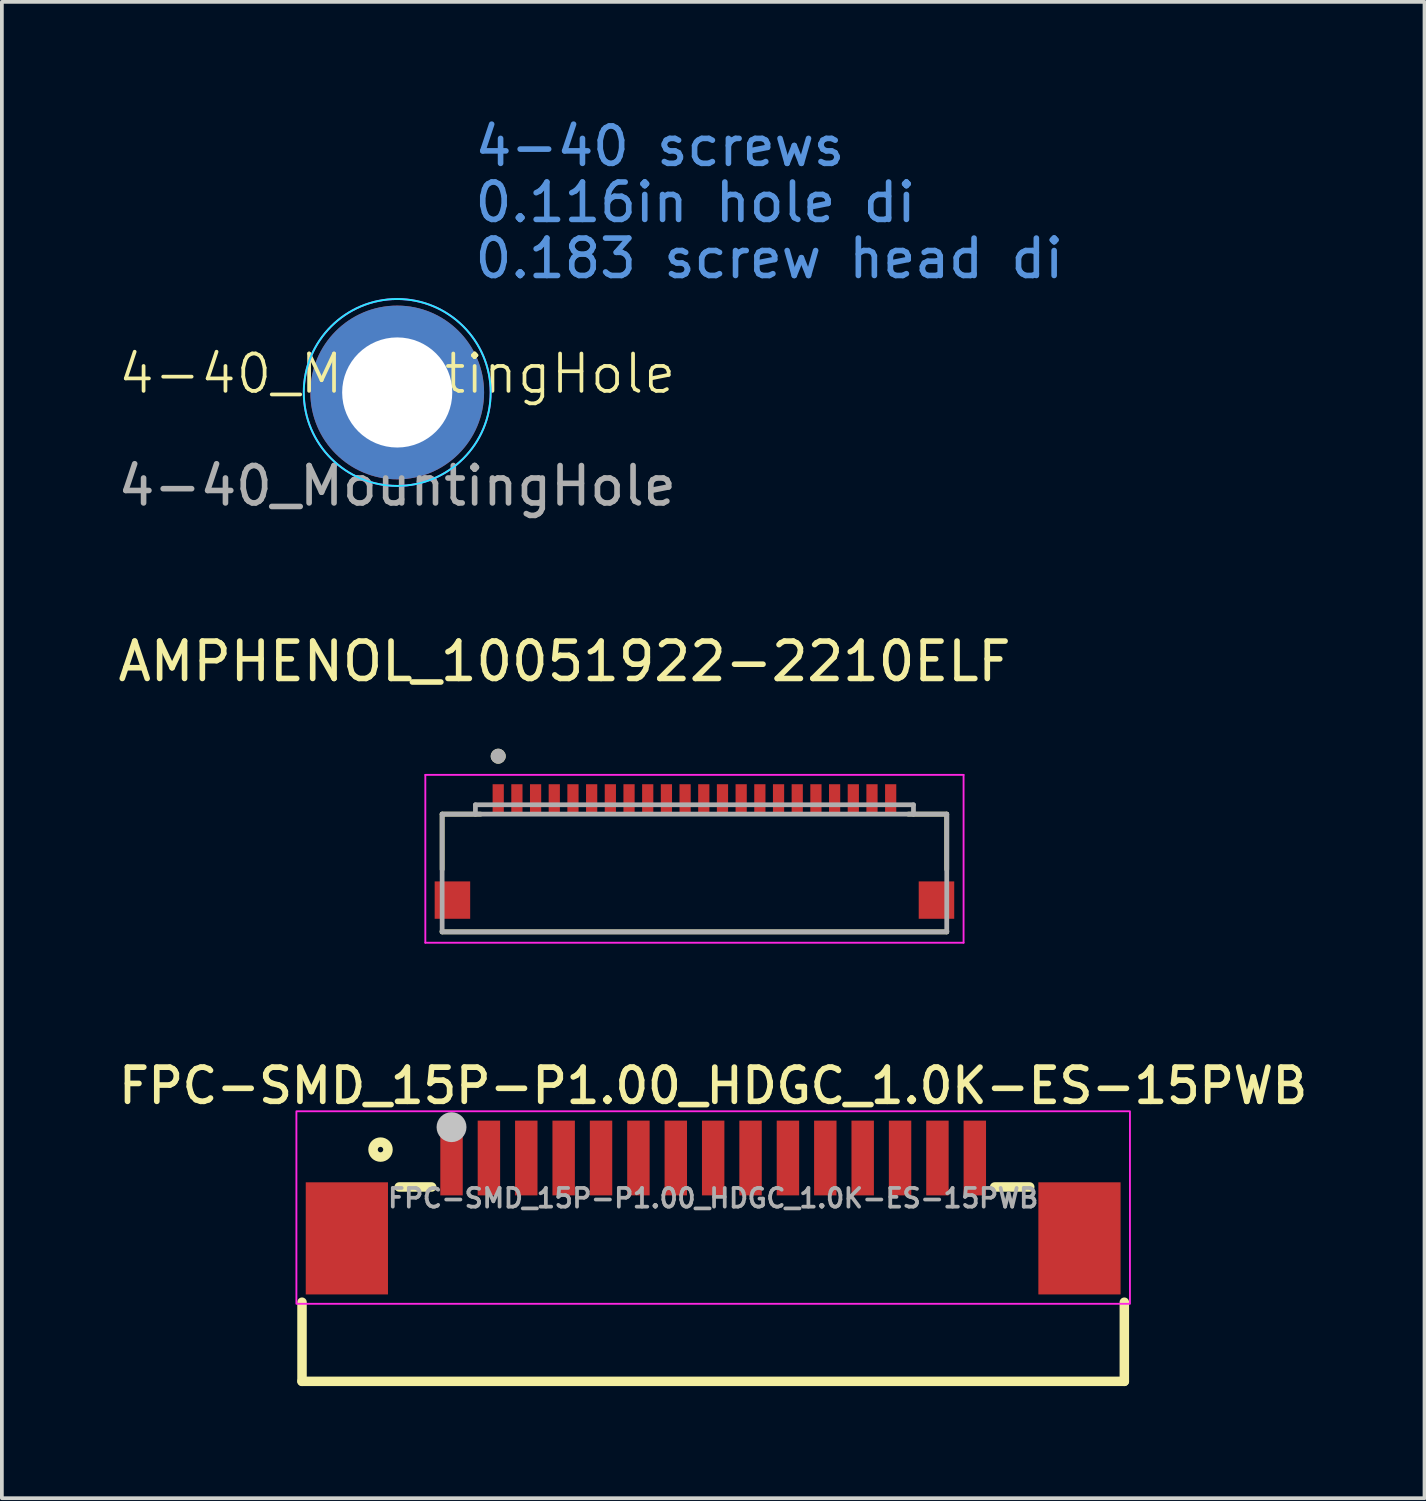
<source format=kicad_pcb>
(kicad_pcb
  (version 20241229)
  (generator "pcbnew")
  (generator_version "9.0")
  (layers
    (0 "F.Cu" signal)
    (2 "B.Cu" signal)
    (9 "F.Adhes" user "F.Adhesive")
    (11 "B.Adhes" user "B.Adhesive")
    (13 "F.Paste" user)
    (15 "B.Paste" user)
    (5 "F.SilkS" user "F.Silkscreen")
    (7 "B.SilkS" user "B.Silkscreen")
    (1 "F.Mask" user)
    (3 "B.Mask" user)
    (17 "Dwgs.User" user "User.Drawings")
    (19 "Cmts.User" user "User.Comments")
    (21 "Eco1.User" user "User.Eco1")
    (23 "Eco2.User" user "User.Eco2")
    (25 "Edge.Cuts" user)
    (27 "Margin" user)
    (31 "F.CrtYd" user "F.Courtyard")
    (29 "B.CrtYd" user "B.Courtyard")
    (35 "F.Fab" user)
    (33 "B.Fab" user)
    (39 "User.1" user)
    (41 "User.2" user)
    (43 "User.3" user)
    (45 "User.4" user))
  (footprint "FPC-SMD_15P-P1.00_HDGC_1.0K-ES-15PWB"
    (layer "F.Cu")
    (at 16.03 29.006)
    (property "Reference" "FPC-SMD_15P-P1.00_HDGC_1.0K-ES-15PWB" (at 0 -3.007 0) (layer "F.SilkS") (effects (font (size 0.914 0.914) (thickness 0.152))))
    (fp_line (start -11 4.9) (end -11 2.783) (stroke (width 0.254) (type default)) (layer "F.SilkS"))
    (fp_line (start -8.4 -0.3) (end -7.531 -0.3) (stroke (width 0.254) (type default)) (layer "F.SilkS"))
    (fp_line (start 7.531 -0.3) (end 8.469 -0.3) (stroke (width 0.254) (type default)) (layer "F.SilkS"))
    (fp_line (start 11 2.783) (end 11 4.9) (stroke (width 0.254) (type default)) (layer "F.SilkS"))
    (fp_line (start 11 4.9) (end -11 4.9) (stroke (width 0.254) (type default)) (layer "F.SilkS"))
    (fp_circle (center -8.9 -1.3) (end -8.7 -1.3) (stroke (width 0.254) (type default)) (fill no) (layer "F.SilkS"))
    (fp_circle (center -7 -1.9) (end -6.8 -1.9) (stroke (width 0.4) (type default)) (fill no) (layer "Dwgs.User"))
    (fp_rect (start -11.15 -2.325) (end 11.15 2.825) (stroke (width 0.05) (type default)) (fill no) (layer "F.CrtYd"))
    (fp_circle (center 11.05 -1.839) (end 11.08 -1.839) (stroke (width 0.06) (type default)) (fill no) (layer "User.5"))
    (fp_text user "${REFERENCE}" (at 0 0 0) (layer "F.Fab") (effects (font (size 0.5 0.5) (thickness 0.1))))
    (pad "1" smd rect (at 7 -1.075) (size 0.6 2) (layers "F.Cu" "F.Mask" "F.Paste"))
    (pad "2" smd rect (at 6 -1.075) (size 0.6 2) (layers "F.Cu" "F.Mask" "F.Paste"))
    (pad "3" smd rect (at 5 -1.075) (size 0.6 2) (layers "F.Cu" "F.Mask" "F.Paste"))
    (pad "4" smd rect (at 4 -1.075) (size 0.6 2) (layers "F.Cu" "F.Mask" "F.Paste"))
    (pad "5" smd rect (at 3 -1.075) (size 0.6 2) (layers "F.Cu" "F.Mask" "F.Paste"))
    (pad "6" smd rect (at 2 -1.075) (size 0.6 2) (layers "F.Cu" "F.Mask" "F.Paste"))
    (pad "7" smd rect (at 1 -1.075) (size 0.6 2) (layers "F.Cu" "F.Mask" "F.Paste"))
    (pad "8" smd rect (at 0.0001 -1.075) (size 0.6 2) (layers "F.Cu" "F.Mask" "F.Paste"))
    (pad "9" smd rect (at -1 -1.075) (size 0.6 2) (layers "F.Cu" "F.Mask" "F.Paste"))
    (pad "10" smd rect (at -2 -1.075) (size 0.6 2) (layers "F.Cu" "F.Mask" "F.Paste"))
    (pad "11" smd rect (at -3 -1.075) (size 0.6 2) (layers "F.Cu" "F.Mask" "F.Paste"))
    (pad "12" smd rect (at -4 -1.075) (size 0.6 2) (layers "F.Cu" "F.Mask" "F.Paste"))
    (pad "13" smd rect (at -5 -1.075) (size 0.6 2) (layers "F.Cu" "F.Mask" "F.Paste"))
    (pad "14" smd rect (at -6 -1.075) (size 0.6 2) (layers "F.Cu" "F.Mask" "F.Paste"))
    (pad "15" smd rect (at -7 -1.075) (size 0.6 2) (layers "F.Cu" "F.Mask" "F.Paste"))
    (pad "16" smd rect (at -9.8 1.075) (size 2.2 3) (layers "F.Cu" "F.Mask" "F.Paste"))
    (pad "17" smd rect (at 9.8 1.075) (size 2.2 3) (layers "F.Cu" "F.Mask" "F.Paste"))
    (zone (net_name "") (layer "User.3") (hatch edge 0.5) (priority 100) (connect_pads yes) (min_thickness 0) (filled_areas_thickness no) (fill yes) (polygon (pts (xy 4.98 33.967) (xy 4.98 28.667) (xy 27.08 28.667) (xy 27.08 33.967))) (filled_polygon (layer "User.3") (island) (pts (xy 4.98 33.967) (xy 4.98 28.667) (xy 27.08 28.667) (xy 27.08 33.967))))
    (zone (net_name "") (layer "User.4") (hatch edge 0.5) (priority 100) (connect_pads yes) (min_thickness 0) (filled_areas_thickness no) (fill yes) (polygon (pts (xy 5.33 28.831) (xy 7.13 28.831) (xy 7.13 31.331) (xy 5.33 31.331))) (filled_polygon (layer "User.4") (island) (pts (xy 5.33 28.831) (xy 7.13 28.831) (xy 7.13 31.331) (xy 5.33 31.331))))
    (zone (net_name "") (layer "User.4") (hatch edge 0.5) (priority 100) (connect_pads yes) (min_thickness 0) (filled_areas_thickness no) (fill yes) (polygon (pts (xy 8.905 27.167) (xy 9.155 27.167) (xy 9.155 28.767) (xy 8.905 28.767))) (filled_polygon (layer "User.4") (island) (pts (xy 8.905 27.167) (xy 9.155 27.167) (xy 9.155 28.767) (xy 8.905 28.767))))
    (zone (net_name "") (layer "User.4") (hatch edge 0.5) (priority 100) (connect_pads yes) (min_thickness 0) (filled_areas_thickness no) (fill yes) (polygon (pts (xy 9.905 27.167) (xy 10.155 27.167) (xy 10.155 28.767) (xy 9.905 28.767))) (filled_polygon (layer "User.4") (island) (pts (xy 9.905 27.167) (xy 10.155 27.167) (xy 10.155 28.767) (xy 9.905 28.767))))
    (zone (net_name "") (layer "User.4") (hatch edge 0.5) (priority 100) (connect_pads yes) (min_thickness 0) (filled_areas_thickness no) (fill yes) (polygon (pts (xy 10.905 27.167) (xy 11.155 27.167) (xy 11.155 28.767) (xy 10.905 28.767))) (filled_polygon (layer "User.4") (island) (pts (xy 10.905 27.167) (xy 11.155 27.167) (xy 11.155 28.767) (xy 10.905 28.767))))
    (zone (net_name "") (layer "User.4") (hatch edge 0.5) (priority 100) (connect_pads yes) (min_thickness 0) (filled_areas_thickness no) (fill yes) (polygon (pts (xy 11.905 27.167) (xy 12.155 27.167) (xy 12.155 28.767) (xy 11.905 28.767))) (filled_polygon (layer "User.4") (island) (pts (xy 11.905 27.167) (xy 12.155 27.167) (xy 12.155 28.767) (xy 11.905 28.767))))
    (zone (net_name "") (layer "User.4") (hatch edge 0.5) (priority 100) (connect_pads yes) (min_thickness 0) (filled_areas_thickness no) (fill yes) (polygon (pts (xy 12.905 27.167) (xy 13.155 27.167) (xy 13.155 28.767) (xy 12.905 28.767))) (filled_polygon (layer "User.4") (island) (pts (xy 12.905 27.167) (xy 13.155 27.167) (xy 13.155 28.767) (xy 12.905 28.767))))
    (zone (net_name "") (layer "User.4") (hatch edge 0.5) (priority 100) (connect_pads yes) (min_thickness 0) (filled_areas_thickness no) (fill yes) (polygon (pts (xy 13.905 27.167) (xy 14.155 27.167) (xy 14.155 28.767) (xy 13.905 28.767))) (filled_polygon (layer "User.4") (island) (pts (xy 13.905 27.167) (xy 14.155 27.167) (xy 14.155 28.767) (xy 13.905 28.767))))
    (zone (net_name "") (layer "User.4") (hatch edge 0.5) (priority 100) (connect_pads yes) (min_thickness 0) (filled_areas_thickness no) (fill yes) (polygon (pts (xy 14.905 27.167) (xy 15.155 27.167) (xy 15.155 28.767) (xy 14.905 28.767))) (filled_polygon (layer "User.4") (island) (pts (xy 14.905 27.167) (xy 15.155 27.167) (xy 15.155 28.767) (xy 14.905 28.767))))
    (zone (net_name "") (layer "User.4") (hatch edge 0.5) (priority 100) (connect_pads yes) (min_thickness 0) (filled_areas_thickness no) (fill yes) (polygon (pts (xy 15.905 27.167) (xy 16.155 27.167) (xy 16.155 28.767) (xy 15.905 28.767))) (filled_polygon (layer "User.4") (island) (pts (xy 15.905 27.167) (xy 16.155 27.167) (xy 16.155 28.767) (xy 15.905 28.767))))
    (zone (net_name "") (layer "User.4") (hatch edge 0.5) (priority 100) (connect_pads yes) (min_thickness 0) (filled_areas_thickness no) (fill yes) (polygon (pts (xy 16.905 27.167) (xy 17.155 27.167) (xy 17.155 28.767) (xy 16.905 28.767))) (filled_polygon (layer "User.4") (island) (pts (xy 16.905 27.167) (xy 17.155 27.167) (xy 17.155 28.767) (xy 16.905 28.767))))
    (zone (net_name "") (layer "User.4") (hatch edge 0.5) (priority 100) (connect_pads yes) (min_thickness 0) (filled_areas_thickness no) (fill yes) (polygon (pts (xy 17.905 27.167) (xy 18.155 27.167) (xy 18.155 28.767) (xy 17.905 28.767))) (filled_polygon (layer "User.4") (island) (pts (xy 17.905 27.167) (xy 18.155 27.167) (xy 18.155 28.767) (xy 17.905 28.767))))
    (zone (net_name "") (layer "User.4") (hatch edge 0.5) (priority 100) (connect_pads yes) (min_thickness 0) (filled_areas_thickness no) (fill yes) (polygon (pts (xy 18.905 27.167) (xy 19.155 27.167) (xy 19.155 28.767) (xy 18.905 28.767))) (filled_polygon (layer "User.4") (island) (pts (xy 18.905 27.167) (xy 19.155 27.167) (xy 19.155 28.767) (xy 18.905 28.767))))
    (zone (net_name "") (layer "User.4") (hatch edge 0.5) (priority 100) (connect_pads yes) (min_thickness 0) (filled_areas_thickness no) (fill yes) (polygon (pts (xy 19.905 27.167) (xy 20.155 27.167) (xy 20.155 28.767) (xy 19.905 28.767))) (filled_polygon (layer "User.4") (island) (pts (xy 19.905 27.167) (xy 20.155 27.167) (xy 20.155 28.767) (xy 19.905 28.767))))
    (zone (net_name "") (layer "User.4") (hatch edge 0.5) (priority 100) (connect_pads yes) (min_thickness 0) (filled_areas_thickness no) (fill yes) (polygon (pts (xy 20.905 27.167) (xy 21.155 27.167) (xy 21.155 28.767) (xy 20.905 28.767))) (filled_polygon (layer "User.4") (island) (pts (xy 20.905 27.167) (xy 21.155 27.167) (xy 21.155 28.767) (xy 20.905 28.767))))
    (zone (net_name "") (layer "User.4") (hatch edge 0.5) (priority 100) (connect_pads yes) (min_thickness 0) (filled_areas_thickness no) (fill yes) (polygon (pts (xy 21.905 27.167) (xy 22.155 27.167) (xy 22.155 28.767) (xy 21.905 28.767))) (filled_polygon (layer "User.4") (island) (pts (xy 21.905 27.167) (xy 22.155 27.167) (xy 22.155 28.767) (xy 21.905 28.767))))
    (zone (net_name "") (layer "User.4") (hatch edge 0.5) (priority 100) (connect_pads yes) (min_thickness 0) (filled_areas_thickness no) (fill yes) (polygon (pts (xy 22.905 27.167) (xy 23.155 27.167) (xy 23.155 28.767) (xy 22.905 28.767))) (filled_polygon (layer "User.4") (island) (pts (xy 22.905 27.167) (xy 23.155 27.167) (xy 23.155 28.767) (xy 22.905 28.767))))
    (zone (net_name "") (layer "User.4") (hatch edge 0.5) (priority 100) (connect_pads yes) (min_thickness 0) (filled_areas_thickness no) (fill yes) (polygon (pts (xy 24.93 28.831) (xy 26.73 28.831) (xy 26.73 31.331) (xy 24.93 31.331))) (filled_polygon (layer "User.4") (island) (pts (xy 24.93 28.831) (xy 26.73 28.831) (xy 26.73 31.331) (xy 24.93 31.331)))))
  (footprint "4-40_MountingHole"
    (layer "F.Cu")
    (at 7.577 7.45)
    (property "Reference" "4-40_MountingHole" (at 0 -0.5 0) (unlocked yes) (layer "F.SilkS") (effects (font (size 1 1) (thickness 0.1))))
    (attr exclude_from_pos_files exclude_from_bom)
    (fp_circle (center 0 0) (end 2.5 0) (stroke (width 0.05) (type default)) (fill no) (layer "B.CrtYd"))
    (fp_circle (center 0 0) (end 2.5 0) (stroke (width 0.05) (type default)) (fill no) (layer "F.CrtYd"))
    (fp_text user "0.183 screw head di" (at 2 -3 0) (unlocked yes) (layer "Cmts.User") (effects (font (size 1 1) (thickness 0.15)) (justify left bottom)))
    (fp_text user "4-40 screws" (at 2 -6 0) (unlocked yes) (layer "Cmts.User") (effects (font (size 1 1) (thickness 0.15)) (justify left bottom)))
    (fp_text user "0.116in hole di" (at 2 -4.5 0) (unlocked yes) (layer "Cmts.User") (effects (font (size 1 1) (thickness 0.15)) (justify left bottom)))
    (fp_text user "${REFERENCE}" (at 0 2.5 0) (unlocked yes) (layer "F.Fab") (effects (font (size 1 1) (thickness 0.15))))
    (pad "1" thru_hole circle (at 0 0) (size 4.648 4.648) (drill 2.946) (layers "*.Cu" "*.Mask")))
  (footprint "AMPHENOL_10051922-2210ELF"
    (layer "F.Cu")
    (at 15.529 20.181)
    (property "Reference" "AMPHENOL_10051922-2210ELF" (at -3.475 -5.535 0) (layer "F.SilkS") (effects (font (size 1 1) (thickness 0.15))))
    (attr smd)
    (fp_poly (pts (xy -5.45 -2.3) (xy -5.05 -2.3) (xy -5.05 -1.4) (xy -5.45 -1.4)) (stroke (width 0.01) (type solid)) (fill yes) (layer "F.Mask"))
    (fp_poly (pts (xy -4.95 -2.3) (xy -4.55 -2.3) (xy -4.55 -1.4) (xy -4.95 -1.4)) (stroke (width 0.01) (type solid)) (fill yes) (layer "F.Mask"))
    (fp_poly (pts (xy -4.45 -2.3) (xy -4.05 -2.3) (xy -4.05 -1.4) (xy -4.45 -1.4)) (stroke (width 0.01) (type solid)) (fill yes) (layer "F.Mask"))
    (fp_poly (pts (xy -3.95 -2.3) (xy -3.55 -2.3) (xy -3.55 -1.4) (xy -3.95 -1.4)) (stroke (width 0.01) (type solid)) (fill yes) (layer "F.Mask"))
    (fp_poly (pts (xy -3.45 -2.3) (xy -3.05 -2.3) (xy -3.05 -1.4) (xy -3.45 -1.4)) (stroke (width 0.01) (type solid)) (fill yes) (layer "F.Mask"))
    (fp_poly (pts (xy -2.95 -2.3) (xy -2.55 -2.3) (xy -2.55 -1.4) (xy -2.95 -1.4)) (stroke (width 0.01) (type solid)) (fill yes) (layer "F.Mask"))
    (fp_poly (pts (xy -2.45 -2.3) (xy -2.05 -2.3) (xy -2.05 -1.4) (xy -2.45 -1.4)) (stroke (width 0.01) (type solid)) (fill yes) (layer "F.Mask"))
    (fp_poly (pts (xy -1.95 -2.3) (xy -1.55 -2.3) (xy -1.55 -1.4) (xy -1.95 -1.4)) (stroke (width 0.01) (type solid)) (fill yes) (layer "F.Mask"))
    (fp_poly (pts (xy -1.45 -2.3) (xy -1.05 -2.3) (xy -1.05 -1.4) (xy -1.45 -1.4)) (stroke (width 0.01) (type solid)) (fill yes) (layer "F.Mask"))
    (fp_poly (pts (xy -0.95 -2.3) (xy -0.55 -2.3) (xy -0.55 -1.4) (xy -0.95 -1.4)) (stroke (width 0.01) (type solid)) (fill yes) (layer "F.Mask"))
    (fp_poly (pts (xy -0.45 -2.3) (xy -0.05 -2.3) (xy -0.05 -1.4) (xy -0.45 -1.4)) (stroke (width 0.01) (type solid)) (fill yes) (layer "F.Mask"))
    (fp_poly (pts (xy 0.05 -2.3) (xy 0.45 -2.3) (xy 0.45 -1.4) (xy 0.05 -1.4)) (stroke (width 0.01) (type solid)) (fill yes) (layer "F.Mask"))
    (fp_poly (pts (xy 0.55 -2.3) (xy 0.95 -2.3) (xy 0.95 -1.4) (xy 0.55 -1.4)) (stroke (width 0.01) (type solid)) (fill yes) (layer "F.Mask"))
    (fp_poly (pts (xy 1.05 -2.3) (xy 1.45 -2.3) (xy 1.45 -1.4) (xy 1.05 -1.4)) (stroke (width 0.01) (type solid)) (fill yes) (layer "F.Mask"))
    (fp_poly (pts (xy 1.55 -2.3) (xy 1.95 -2.3) (xy 1.95 -1.4) (xy 1.55 -1.4)) (stroke (width 0.01) (type solid)) (fill yes) (layer "F.Mask"))
    (fp_poly (pts (xy 2.05 -2.3) (xy 2.45 -2.3) (xy 2.45 -1.4) (xy 2.05 -1.4)) (stroke (width 0.01) (type solid)) (fill yes) (layer "F.Mask"))
    (fp_poly (pts (xy 2.55 -2.3) (xy 2.95 -2.3) (xy 2.95 -1.4) (xy 2.55 -1.4)) (stroke (width 0.01) (type solid)) (fill yes) (layer "F.Mask"))
    (fp_poly (pts (xy 3.05 -2.3) (xy 3.45 -2.3) (xy 3.45 -1.4) (xy 3.05 -1.4)) (stroke (width 0.01) (type solid)) (fill yes) (layer "F.Mask"))
    (fp_poly (pts (xy 3.55 -2.3) (xy 3.95 -2.3) (xy 3.95 -1.4) (xy 3.55 -1.4)) (stroke (width 0.01) (type solid)) (fill yes) (layer "F.Mask"))
    (fp_poly (pts (xy 4.05 -2.3) (xy 4.45 -2.3) (xy 4.45 -1.4) (xy 4.05 -1.4)) (stroke (width 0.01) (type solid)) (fill yes) (layer "F.Mask"))
    (fp_poly (pts (xy 4.55 -2.3) (xy 4.95 -2.3) (xy 4.95 -1.4) (xy 4.55 -1.4)) (stroke (width 0.01) (type solid)) (fill yes) (layer "F.Mask"))
    (fp_poly (pts (xy 5.05 -2.3) (xy 5.45 -2.3) (xy 5.45 -1.4) (xy 5.05 -1.4)) (stroke (width 0.01) (type solid)) (fill yes) (layer "F.Mask"))
    (fp_line (start -6.75 -1.45) (end -5.72 -1.45) (stroke (width 0.127) (type solid)) (layer "F.SilkS"))
    (fp_line (start -6.75 0.03) (end -6.75 -1.45) (stroke (width 0.127) (type solid)) (layer "F.SilkS"))
    (fp_line (start -6.75 1.7) (end -6.75 1.67) (stroke (width 0.127) (type solid)) (layer "F.SilkS"))
    (fp_line (start 5.72 -1.45) (end 6.75 -1.45) (stroke (width 0.127) (type solid)) (layer "F.SilkS"))
    (fp_line (start 6.75 -1.45) (end 6.75 0.03) (stroke (width 0.127) (type solid)) (layer "F.SilkS"))
    (fp_line (start 6.75 1.7) (end -6.75 1.7) (stroke (width 0.127) (type solid)) (layer "F.SilkS"))
    (fp_line (start 6.75 1.7) (end 6.75 1.67) (stroke (width 0.127) (type solid)) (layer "F.SilkS"))
    (fp_circle (center -5.25 -3) (end -5.15 -3) (stroke (width 0.2) (type solid)) (fill no) (layer "F.SilkS"))
    (fp_line (start -7.2 -2.5) (end -7.2 1.99) (stroke (width 0.05) (type solid)) (layer "F.CrtYd"))
    (fp_line (start -7.2 1.99) (end 7.2 1.99) (stroke (width 0.05) (type solid)) (layer "F.CrtYd"))
    (fp_line (start 7.2 -2.5) (end -7.2 -2.5) (stroke (width 0.05) (type solid)) (layer "F.CrtYd"))
    (fp_line (start 7.2 1.99) (end 7.2 -2.5) (stroke (width 0.05) (type solid)) (layer "F.CrtYd"))
    (fp_line (start -6.75 -1.45) (end -5.86 -1.45) (stroke (width 0.127) (type solid)) (layer "F.Fab"))
    (fp_line (start -6.75 1.7) (end -6.75 -1.45) (stroke (width 0.127) (type solid)) (layer "F.Fab"))
    (fp_line (start -5.86 -1.7) (end -5.86 -1.45) (stroke (width 0.127) (type solid)) (layer "F.Fab"))
    (fp_line (start -5.86 -1.7) (end 5.86 -1.7) (stroke (width 0.127) (type solid)) (layer "F.Fab"))
    (fp_line (start -5.86 -1.45) (end 5.86 -1.45) (stroke (width 0.127) (type solid)) (layer "F.Fab"))
    (fp_line (start 5.86 -1.7) (end 5.86 -1.45) (stroke (width 0.127) (type solid)) (layer "F.Fab"))
    (fp_line (start 5.86 -1.45) (end 6.75 -1.45) (stroke (width 0.127) (type solid)) (layer "F.Fab"))
    (fp_line (start 6.75 -1.45) (end 6.75 1.7) (stroke (width 0.127) (type solid)) (layer "F.Fab"))
    (fp_line (start 6.75 1.7) (end -6.75 1.7) (stroke (width 0.127) (type solid)) (layer "F.Fab"))
    (fp_circle (center -5.25 -3) (end -5.15 -3) (stroke (width 0.2) (type solid)) (fill no) (layer "F.Fab"))
    (pad "1" smd rect (at -5.25 -1.85) (size 0.3 0.8) (layers "F.Cu" "F.Paste"))
    (pad "2" smd rect (at -4.75 -1.85) (size 0.3 0.8) (layers "F.Cu" "F.Paste"))
    (pad "3" smd rect (at -4.25 -1.85) (size 0.3 0.8) (layers "F.Cu" "F.Paste"))
    (pad "4" smd rect (at -3.75 -1.85) (size 0.3 0.8) (layers "F.Cu" "F.Paste"))
    (pad "5" smd rect (at -3.25 -1.85) (size 0.3 0.8) (layers "F.Cu" "F.Paste"))
    (pad "6" smd rect (at -2.75 -1.85) (size 0.3 0.8) (layers "F.Cu" "F.Paste"))
    (pad "7" smd rect (at -2.25 -1.85) (size 0.3 0.8) (layers "F.Cu" "F.Paste"))
    (pad "8" smd rect (at -1.75 -1.85) (size 0.3 0.8) (layers "F.Cu" "F.Paste"))
    (pad "9" smd rect (at -1.25 -1.85) (size 0.3 0.8) (layers "F.Cu" "F.Paste"))
    (pad "10" smd rect (at -0.75 -1.85) (size 0.3 0.8) (layers "F.Cu" "F.Paste"))
    (pad "11" smd rect (at -0.25 -1.85) (size 0.3 0.8) (layers "F.Cu" "F.Paste"))
    (pad "12" smd rect (at 0.25 -1.85) (size 0.3 0.8) (layers "F.Cu" "F.Paste"))
    (pad "13" smd rect (at 0.75 -1.85) (size 0.3 0.8) (layers "F.Cu" "F.Paste"))
    (pad "14" smd rect (at 1.25 -1.85) (size 0.3 0.8) (layers "F.Cu" "F.Paste"))
    (pad "15" smd rect (at 1.75 -1.85) (size 0.3 0.8) (layers "F.Cu" "F.Paste"))
    (pad "16" smd rect (at 2.25 -1.85) (size 0.3 0.8) (layers "F.Cu" "F.Paste"))
    (pad "17" smd rect (at 2.75 -1.85) (size 0.3 0.8) (layers "F.Cu" "F.Paste"))
    (pad "18" smd rect (at 3.25 -1.85) (size 0.3 0.8) (layers "F.Cu" "F.Paste"))
    (pad "19" smd rect (at 3.75 -1.85) (size 0.3 0.8) (layers "F.Cu" "F.Paste"))
    (pad "20" smd rect (at 4.25 -1.85) (size 0.3 0.8) (layers "F.Cu" "F.Paste"))
    (pad "21" smd rect (at 4.75 -1.85) (size 0.3 0.8) (layers "F.Cu" "F.Paste"))
    (pad "22" smd rect (at 5.25 -1.85) (size 0.3 0.8) (layers "F.Cu" "F.Paste"))
    (pad "SH1" smd rect (at -6.475 0.85) (size 0.95 1) (layers "F.Cu" "F.Mask" "F.Paste"))
    (pad "SH2" smd rect (at 6.475 0.85) (size 0.95 1) (layers "F.Cu" "F.Mask" "F.Paste")))
  (gr_rect
    (start -3 -3)
    (end 35.061 37.033)
    (stroke (width 0.1) (type default))
    (fill no)
    (layer "Edge.Cuts")))
</source>
